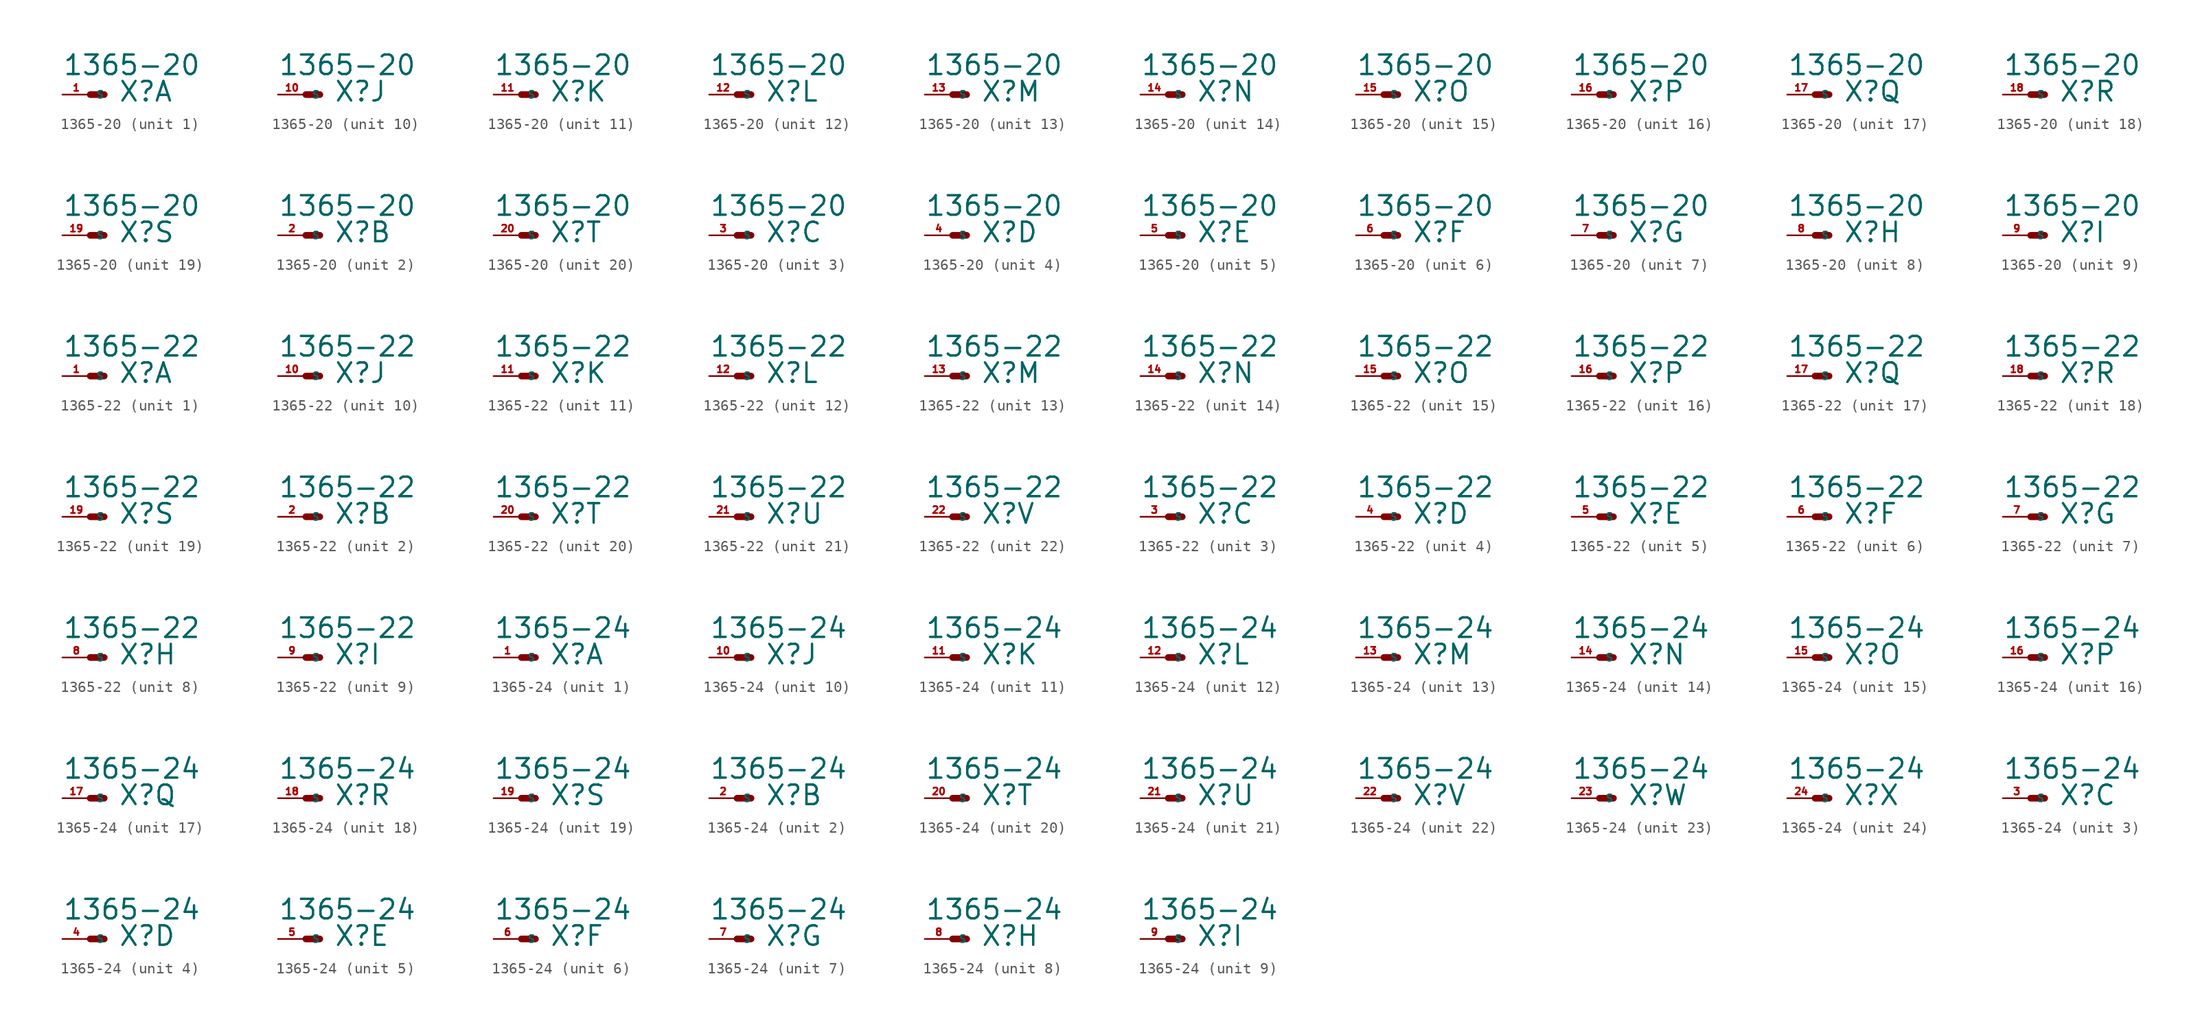
<source format=kicad_sym>
(kicad_symbol_lib
  (version 20220914)
  (generator Eagle2Kicad)
  (symbol "1365-20"
    (property "Reference" "X"
      (at 2.54 -0.762 0)
      (effects (font (size 1.778 1.778) (thickness 0.22)) (justify left bottom)))
    (property "Value" "1365-20"
      (at -2.54 1.651 0)
      (effects (font (size 1.778 1.778) (thickness 0.22)) (justify left bottom)))
    (symbol "1365-20_1_0"
      (polyline (pts (xy 0 0) (xy 1.27 0)) (stroke (width 0.61) (type default)) (fill (type none)))
      (pin passive line (at -2.54 0 0) (length 2.54) (name "S" (effects (font (size 0.635 0.635) (thickness 0.08)) (justify left bottom))) (number "1" (effects (font (size 0.635 0.635) (thickness 0.08)) (justify left bottom)))))
    (symbol "1365-20_2_0"
      (polyline (pts (xy 0 0) (xy 1.27 0)) (stroke (width 0.61) (type default)) (fill (type none)))
      (pin passive line (at -2.54 0 0) (length 2.54) (name "S" (effects (font (size 0.635 0.635) (thickness 0.08)) (justify left bottom))) (number "2" (effects (font (size 0.635 0.635) (thickness 0.08)) (justify left bottom)))))
    (symbol "1365-20_3_0"
      (polyline (pts (xy 0 0) (xy 1.27 0)) (stroke (width 0.61) (type default)) (fill (type none)))
      (pin passive line (at -2.54 0 0) (length 2.54) (name "S" (effects (font (size 0.635 0.635) (thickness 0.08)) (justify left bottom))) (number "3" (effects (font (size 0.635 0.635) (thickness 0.08)) (justify left bottom)))))
    (symbol "1365-20_4_0"
      (polyline (pts (xy 0 0) (xy 1.27 0)) (stroke (width 0.61) (type default)) (fill (type none)))
      (pin passive line (at -2.54 0 0) (length 2.54) (name "S" (effects (font (size 0.635 0.635) (thickness 0.08)) (justify left bottom))) (number "4" (effects (font (size 0.635 0.635) (thickness 0.08)) (justify left bottom)))))
    (symbol "1365-20_5_0"
      (polyline (pts (xy 0 0) (xy 1.27 0)) (stroke (width 0.61) (type default)) (fill (type none)))
      (pin passive line (at -2.54 0 0) (length 2.54) (name "S" (effects (font (size 0.635 0.635) (thickness 0.08)) (justify left bottom))) (number "5" (effects (font (size 0.635 0.635) (thickness 0.08)) (justify left bottom)))))
    (symbol "1365-20_6_0"
      (polyline (pts (xy 0 0) (xy 1.27 0)) (stroke (width 0.61) (type default)) (fill (type none)))
      (pin passive line (at -2.54 0 0) (length 2.54) (name "S" (effects (font (size 0.635 0.635) (thickness 0.08)) (justify left bottom))) (number "6" (effects (font (size 0.635 0.635) (thickness 0.08)) (justify left bottom)))))
    (symbol "1365-20_7_0"
      (polyline (pts (xy 0 0) (xy 1.27 0)) (stroke (width 0.61) (type default)) (fill (type none)))
      (pin passive line (at -2.54 0 0) (length 2.54) (name "S" (effects (font (size 0.635 0.635) (thickness 0.08)) (justify left bottom))) (number "7" (effects (font (size 0.635 0.635) (thickness 0.08)) (justify left bottom)))))
    (symbol "1365-20_8_0"
      (polyline (pts (xy 0 0) (xy 1.27 0)) (stroke (width 0.61) (type default)) (fill (type none)))
      (pin passive line (at -2.54 0 0) (length 2.54) (name "S" (effects (font (size 0.635 0.635) (thickness 0.08)) (justify left bottom))) (number "8" (effects (font (size 0.635 0.635) (thickness 0.08)) (justify left bottom)))))
    (symbol "1365-20_9_0"
      (polyline (pts (xy 0 0) (xy 1.27 0)) (stroke (width 0.61) (type default)) (fill (type none)))
      (pin passive line (at -2.54 0 0) (length 2.54) (name "S" (effects (font (size 0.635 0.635) (thickness 0.08)) (justify left bottom))) (number "9" (effects (font (size 0.635 0.635) (thickness 0.08)) (justify left bottom)))))
    (symbol "1365-20_10_0"
      (polyline (pts (xy 0 0) (xy 1.27 0)) (stroke (width 0.61) (type default)) (fill (type none)))
      (pin passive line (at -2.54 0 0) (length 2.54) (name "S" (effects (font (size 0.635 0.635) (thickness 0.08)) (justify left bottom))) (number "10" (effects (font (size 0.635 0.635) (thickness 0.08)) (justify left bottom)))))
    (symbol "1365-20_11_0"
      (polyline (pts (xy 0 0) (xy 1.27 0)) (stroke (width 0.61) (type default)) (fill (type none)))
      (pin passive line (at -2.54 0 0) (length 2.54) (name "S" (effects (font (size 0.635 0.635) (thickness 0.08)) (justify left bottom))) (number "11" (effects (font (size 0.635 0.635) (thickness 0.08)) (justify left bottom)))))
    (symbol "1365-20_12_0"
      (polyline (pts (xy 0 0) (xy 1.27 0)) (stroke (width 0.61) (type default)) (fill (type none)))
      (pin passive line (at -2.54 0 0) (length 2.54) (name "S" (effects (font (size 0.635 0.635) (thickness 0.08)) (justify left bottom))) (number "12" (effects (font (size 0.635 0.635) (thickness 0.08)) (justify left bottom)))))
    (symbol "1365-20_13_0"
      (polyline (pts (xy 0 0) (xy 1.27 0)) (stroke (width 0.61) (type default)) (fill (type none)))
      (pin passive line (at -2.54 0 0) (length 2.54) (name "S" (effects (font (size 0.635 0.635) (thickness 0.08)) (justify left bottom))) (number "13" (effects (font (size 0.635 0.635) (thickness 0.08)) (justify left bottom)))))
    (symbol "1365-20_14_0"
      (polyline (pts (xy 0 0) (xy 1.27 0)) (stroke (width 0.61) (type default)) (fill (type none)))
      (pin passive line (at -2.54 0 0) (length 2.54) (name "S" (effects (font (size 0.635 0.635) (thickness 0.08)) (justify left bottom))) (number "14" (effects (font (size 0.635 0.635) (thickness 0.08)) (justify left bottom)))))
    (symbol "1365-20_15_0"
      (polyline (pts (xy 0 0) (xy 1.27 0)) (stroke (width 0.61) (type default)) (fill (type none)))
      (pin passive line (at -2.54 0 0) (length 2.54) (name "S" (effects (font (size 0.635 0.635) (thickness 0.08)) (justify left bottom))) (number "15" (effects (font (size 0.635 0.635) (thickness 0.08)) (justify left bottom)))))
    (symbol "1365-20_16_0"
      (polyline (pts (xy 0 0) (xy 1.27 0)) (stroke (width 0.61) (type default)) (fill (type none)))
      (pin passive line (at -2.54 0 0) (length 2.54) (name "S" (effects (font (size 0.635 0.635) (thickness 0.08)) (justify left bottom))) (number "16" (effects (font (size 0.635 0.635) (thickness 0.08)) (justify left bottom)))))
    (symbol "1365-20_17_0"
      (polyline (pts (xy 0 0) (xy 1.27 0)) (stroke (width 0.61) (type default)) (fill (type none)))
      (pin passive line (at -2.54 0 0) (length 2.54) (name "S" (effects (font (size 0.635 0.635) (thickness 0.08)) (justify left bottom))) (number "17" (effects (font (size 0.635 0.635) (thickness 0.08)) (justify left bottom)))))
    (symbol "1365-20_18_0"
      (polyline (pts (xy 0 0) (xy 1.27 0)) (stroke (width 0.61) (type default)) (fill (type none)))
      (pin passive line (at -2.54 0 0) (length 2.54) (name "S" (effects (font (size 0.635 0.635) (thickness 0.08)) (justify left bottom))) (number "18" (effects (font (size 0.635 0.635) (thickness 0.08)) (justify left bottom)))))
    (symbol "1365-20_19_0"
      (polyline (pts (xy 0 0) (xy 1.27 0)) (stroke (width 0.61) (type default)) (fill (type none)))
      (pin passive line (at -2.54 0 0) (length 2.54) (name "S" (effects (font (size 0.635 0.635) (thickness 0.08)) (justify left bottom))) (number "19" (effects (font (size 0.635 0.635) (thickness 0.08)) (justify left bottom)))))
    (symbol "1365-20_20_0"
      (polyline (pts (xy 0 0) (xy 1.27 0)) (stroke (width 0.61) (type default)) (fill (type none)))
      (pin passive line (at -2.54 0 0) (length 2.54) (name "S" (effects (font (size 0.635 0.635) (thickness 0.08)) (justify left bottom))) (number "20" (effects (font (size 0.635 0.635) (thickness 0.08)) (justify left bottom))))))
  (symbol "1365-22"
    (property "Reference" "X"
      (at 2.54 -0.762 0)
      (effects (font (size 1.778 1.778) (thickness 0.22)) (justify left bottom)))
    (property "Value" "1365-22"
      (at -2.54 1.651 0)
      (effects (font (size 1.778 1.778) (thickness 0.22)) (justify left bottom)))
    (symbol "1365-22_1_0"
      (polyline (pts (xy 0 0) (xy 1.27 0)) (stroke (width 0.61) (type default)) (fill (type none)))
      (pin passive line (at -2.54 0 0) (length 2.54) (name "S" (effects (font (size 0.635 0.635) (thickness 0.08)) (justify left bottom))) (number "1" (effects (font (size 0.635 0.635) (thickness 0.08)) (justify left bottom)))))
    (symbol "1365-22_2_0"
      (polyline (pts (xy 0 0) (xy 1.27 0)) (stroke (width 0.61) (type default)) (fill (type none)))
      (pin passive line (at -2.54 0 0) (length 2.54) (name "S" (effects (font (size 0.635 0.635) (thickness 0.08)) (justify left bottom))) (number "2" (effects (font (size 0.635 0.635) (thickness 0.08)) (justify left bottom)))))
    (symbol "1365-22_3_0"
      (polyline (pts (xy 0 0) (xy 1.27 0)) (stroke (width 0.61) (type default)) (fill (type none)))
      (pin passive line (at -2.54 0 0) (length 2.54) (name "S" (effects (font (size 0.635 0.635) (thickness 0.08)) (justify left bottom))) (number "3" (effects (font (size 0.635 0.635) (thickness 0.08)) (justify left bottom)))))
    (symbol "1365-22_4_0"
      (polyline (pts (xy 0 0) (xy 1.27 0)) (stroke (width 0.61) (type default)) (fill (type none)))
      (pin passive line (at -2.54 0 0) (length 2.54) (name "S" (effects (font (size 0.635 0.635) (thickness 0.08)) (justify left bottom))) (number "4" (effects (font (size 0.635 0.635) (thickness 0.08)) (justify left bottom)))))
    (symbol "1365-22_5_0"
      (polyline (pts (xy 0 0) (xy 1.27 0)) (stroke (width 0.61) (type default)) (fill (type none)))
      (pin passive line (at -2.54 0 0) (length 2.54) (name "S" (effects (font (size 0.635 0.635) (thickness 0.08)) (justify left bottom))) (number "5" (effects (font (size 0.635 0.635) (thickness 0.08)) (justify left bottom)))))
    (symbol "1365-22_6_0"
      (polyline (pts (xy 0 0) (xy 1.27 0)) (stroke (width 0.61) (type default)) (fill (type none)))
      (pin passive line (at -2.54 0 0) (length 2.54) (name "S" (effects (font (size 0.635 0.635) (thickness 0.08)) (justify left bottom))) (number "6" (effects (font (size 0.635 0.635) (thickness 0.08)) (justify left bottom)))))
    (symbol "1365-22_7_0"
      (polyline (pts (xy 0 0) (xy 1.27 0)) (stroke (width 0.61) (type default)) (fill (type none)))
      (pin passive line (at -2.54 0 0) (length 2.54) (name "S" (effects (font (size 0.635 0.635) (thickness 0.08)) (justify left bottom))) (number "7" (effects (font (size 0.635 0.635) (thickness 0.08)) (justify left bottom)))))
    (symbol "1365-22_8_0"
      (polyline (pts (xy 0 0) (xy 1.27 0)) (stroke (width 0.61) (type default)) (fill (type none)))
      (pin passive line (at -2.54 0 0) (length 2.54) (name "S" (effects (font (size 0.635 0.635) (thickness 0.08)) (justify left bottom))) (number "8" (effects (font (size 0.635 0.635) (thickness 0.08)) (justify left bottom)))))
    (symbol "1365-22_9_0"
      (polyline (pts (xy 0 0) (xy 1.27 0)) (stroke (width 0.61) (type default)) (fill (type none)))
      (pin passive line (at -2.54 0 0) (length 2.54) (name "S" (effects (font (size 0.635 0.635) (thickness 0.08)) (justify left bottom))) (number "9" (effects (font (size 0.635 0.635) (thickness 0.08)) (justify left bottom)))))
    (symbol "1365-22_10_0"
      (polyline (pts (xy 0 0) (xy 1.27 0)) (stroke (width 0.61) (type default)) (fill (type none)))
      (pin passive line (at -2.54 0 0) (length 2.54) (name "S" (effects (font (size 0.635 0.635) (thickness 0.08)) (justify left bottom))) (number "10" (effects (font (size 0.635 0.635) (thickness 0.08)) (justify left bottom)))))
    (symbol "1365-22_11_0"
      (polyline (pts (xy 0 0) (xy 1.27 0)) (stroke (width 0.61) (type default)) (fill (type none)))
      (pin passive line (at -2.54 0 0) (length 2.54) (name "S" (effects (font (size 0.635 0.635) (thickness 0.08)) (justify left bottom))) (number "11" (effects (font (size 0.635 0.635) (thickness 0.08)) (justify left bottom)))))
    (symbol "1365-22_12_0"
      (polyline (pts (xy 0 0) (xy 1.27 0)) (stroke (width 0.61) (type default)) (fill (type none)))
      (pin passive line (at -2.54 0 0) (length 2.54) (name "S" (effects (font (size 0.635 0.635) (thickness 0.08)) (justify left bottom))) (number "12" (effects (font (size 0.635 0.635) (thickness 0.08)) (justify left bottom)))))
    (symbol "1365-22_13_0"
      (polyline (pts (xy 0 0) (xy 1.27 0)) (stroke (width 0.61) (type default)) (fill (type none)))
      (pin passive line (at -2.54 0 0) (length 2.54) (name "S" (effects (font (size 0.635 0.635) (thickness 0.08)) (justify left bottom))) (number "13" (effects (font (size 0.635 0.635) (thickness 0.08)) (justify left bottom)))))
    (symbol "1365-22_14_0"
      (polyline (pts (xy 0 0) (xy 1.27 0)) (stroke (width 0.61) (type default)) (fill (type none)))
      (pin passive line (at -2.54 0 0) (length 2.54) (name "S" (effects (font (size 0.635 0.635) (thickness 0.08)) (justify left bottom))) (number "14" (effects (font (size 0.635 0.635) (thickness 0.08)) (justify left bottom)))))
    (symbol "1365-22_15_0"
      (polyline (pts (xy 0 0) (xy 1.27 0)) (stroke (width 0.61) (type default)) (fill (type none)))
      (pin passive line (at -2.54 0 0) (length 2.54) (name "S" (effects (font (size 0.635 0.635) (thickness 0.08)) (justify left bottom))) (number "15" (effects (font (size 0.635 0.635) (thickness 0.08)) (justify left bottom)))))
    (symbol "1365-22_16_0"
      (polyline (pts (xy 0 0) (xy 1.27 0)) (stroke (width 0.61) (type default)) (fill (type none)))
      (pin passive line (at -2.54 0 0) (length 2.54) (name "S" (effects (font (size 0.635 0.635) (thickness 0.08)) (justify left bottom))) (number "16" (effects (font (size 0.635 0.635) (thickness 0.08)) (justify left bottom)))))
    (symbol "1365-22_17_0"
      (polyline (pts (xy 0 0) (xy 1.27 0)) (stroke (width 0.61) (type default)) (fill (type none)))
      (pin passive line (at -2.54 0 0) (length 2.54) (name "S" (effects (font (size 0.635 0.635) (thickness 0.08)) (justify left bottom))) (number "17" (effects (font (size 0.635 0.635) (thickness 0.08)) (justify left bottom)))))
    (symbol "1365-22_18_0"
      (polyline (pts (xy 0 0) (xy 1.27 0)) (stroke (width 0.61) (type default)) (fill (type none)))
      (pin passive line (at -2.54 0 0) (length 2.54) (name "S" (effects (font (size 0.635 0.635) (thickness 0.08)) (justify left bottom))) (number "18" (effects (font (size 0.635 0.635) (thickness 0.08)) (justify left bottom)))))
    (symbol "1365-22_19_0"
      (polyline (pts (xy 0 0) (xy 1.27 0)) (stroke (width 0.61) (type default)) (fill (type none)))
      (pin passive line (at -2.54 0 0) (length 2.54) (name "S" (effects (font (size 0.635 0.635) (thickness 0.08)) (justify left bottom))) (number "19" (effects (font (size 0.635 0.635) (thickness 0.08)) (justify left bottom)))))
    (symbol "1365-22_20_0"
      (polyline (pts (xy 0 0) (xy 1.27 0)) (stroke (width 0.61) (type default)) (fill (type none)))
      (pin passive line (at -2.54 0 0) (length 2.54) (name "S" (effects (font (size 0.635 0.635) (thickness 0.08)) (justify left bottom))) (number "20" (effects (font (size 0.635 0.635) (thickness 0.08)) (justify left bottom)))))
    (symbol "1365-22_21_0"
      (polyline (pts (xy 0 0) (xy 1.27 0)) (stroke (width 0.61) (type default)) (fill (type none)))
      (pin passive line (at -2.54 0 0) (length 2.54) (name "S" (effects (font (size 0.635 0.635) (thickness 0.08)) (justify left bottom))) (number "21" (effects (font (size 0.635 0.635) (thickness 0.08)) (justify left bottom)))))
    (symbol "1365-22_22_0"
      (polyline (pts (xy 0 0) (xy 1.27 0)) (stroke (width 0.61) (type default)) (fill (type none)))
      (pin passive line (at -2.54 0 0) (length 2.54) (name "S" (effects (font (size 0.635 0.635) (thickness 0.08)) (justify left bottom))) (number "22" (effects (font (size 0.635 0.635) (thickness 0.08)) (justify left bottom))))))
  (symbol "1365-24"
    (property "Reference" "X"
      (at 2.54 -0.762 0)
      (effects (font (size 1.778 1.778) (thickness 0.22)) (justify left bottom)))
    (property "Value" "1365-24"
      (at -2.54 1.651 0)
      (effects (font (size 1.778 1.778) (thickness 0.22)) (justify left bottom)))
    (symbol "1365-24_1_0"
      (polyline (pts (xy 0 0) (xy 1.27 0)) (stroke (width 0.61) (type default)) (fill (type none)))
      (pin passive line (at -2.54 0 0) (length 2.54) (name "S" (effects (font (size 0.635 0.635) (thickness 0.08)) (justify left bottom))) (number "1" (effects (font (size 0.635 0.635) (thickness 0.08)) (justify left bottom)))))
    (symbol "1365-24_2_0"
      (polyline (pts (xy 0 0) (xy 1.27 0)) (stroke (width 0.61) (type default)) (fill (type none)))
      (pin passive line (at -2.54 0 0) (length 2.54) (name "S" (effects (font (size 0.635 0.635) (thickness 0.08)) (justify left bottom))) (number "2" (effects (font (size 0.635 0.635) (thickness 0.08)) (justify left bottom)))))
    (symbol "1365-24_3_0"
      (polyline (pts (xy 0 0) (xy 1.27 0)) (stroke (width 0.61) (type default)) (fill (type none)))
      (pin passive line (at -2.54 0 0) (length 2.54) (name "S" (effects (font (size 0.635 0.635) (thickness 0.08)) (justify left bottom))) (number "3" (effects (font (size 0.635 0.635) (thickness 0.08)) (justify left bottom)))))
    (symbol "1365-24_4_0"
      (polyline (pts (xy 0 0) (xy 1.27 0)) (stroke (width 0.61) (type default)) (fill (type none)))
      (pin passive line (at -2.54 0 0) (length 2.54) (name "S" (effects (font (size 0.635 0.635) (thickness 0.08)) (justify left bottom))) (number "4" (effects (font (size 0.635 0.635) (thickness 0.08)) (justify left bottom)))))
    (symbol "1365-24_5_0"
      (polyline (pts (xy 0 0) (xy 1.27 0)) (stroke (width 0.61) (type default)) (fill (type none)))
      (pin passive line (at -2.54 0 0) (length 2.54) (name "S" (effects (font (size 0.635 0.635) (thickness 0.08)) (justify left bottom))) (number "5" (effects (font (size 0.635 0.635) (thickness 0.08)) (justify left bottom)))))
    (symbol "1365-24_6_0"
      (polyline (pts (xy 0 0) (xy 1.27 0)) (stroke (width 0.61) (type default)) (fill (type none)))
      (pin passive line (at -2.54 0 0) (length 2.54) (name "S" (effects (font (size 0.635 0.635) (thickness 0.08)) (justify left bottom))) (number "6" (effects (font (size 0.635 0.635) (thickness 0.08)) (justify left bottom)))))
    (symbol "1365-24_7_0"
      (polyline (pts (xy 0 0) (xy 1.27 0)) (stroke (width 0.61) (type default)) (fill (type none)))
      (pin passive line (at -2.54 0 0) (length 2.54) (name "S" (effects (font (size 0.635 0.635) (thickness 0.08)) (justify left bottom))) (number "7" (effects (font (size 0.635 0.635) (thickness 0.08)) (justify left bottom)))))
    (symbol "1365-24_8_0"
      (polyline (pts (xy 0 0) (xy 1.27 0)) (stroke (width 0.61) (type default)) (fill (type none)))
      (pin passive line (at -2.54 0 0) (length 2.54) (name "S" (effects (font (size 0.635 0.635) (thickness 0.08)) (justify left bottom))) (number "8" (effects (font (size 0.635 0.635) (thickness 0.08)) (justify left bottom)))))
    (symbol "1365-24_9_0"
      (polyline (pts (xy 0 0) (xy 1.27 0)) (stroke (width 0.61) (type default)) (fill (type none)))
      (pin passive line (at -2.54 0 0) (length 2.54) (name "S" (effects (font (size 0.635 0.635) (thickness 0.08)) (justify left bottom))) (number "9" (effects (font (size 0.635 0.635) (thickness 0.08)) (justify left bottom)))))
    (symbol "1365-24_10_0"
      (polyline (pts (xy 0 0) (xy 1.27 0)) (stroke (width 0.61) (type default)) (fill (type none)))
      (pin passive line (at -2.54 0 0) (length 2.54) (name "S" (effects (font (size 0.635 0.635) (thickness 0.08)) (justify left bottom))) (number "10" (effects (font (size 0.635 0.635) (thickness 0.08)) (justify left bottom)))))
    (symbol "1365-24_11_0"
      (polyline (pts (xy 0 0) (xy 1.27 0)) (stroke (width 0.61) (type default)) (fill (type none)))
      (pin passive line (at -2.54 0 0) (length 2.54) (name "S" (effects (font (size 0.635 0.635) (thickness 0.08)) (justify left bottom))) (number "11" (effects (font (size 0.635 0.635) (thickness 0.08)) (justify left bottom)))))
    (symbol "1365-24_12_0"
      (polyline (pts (xy 0 0) (xy 1.27 0)) (stroke (width 0.61) (type default)) (fill (type none)))
      (pin passive line (at -2.54 0 0) (length 2.54) (name "S" (effects (font (size 0.635 0.635) (thickness 0.08)) (justify left bottom))) (number "12" (effects (font (size 0.635 0.635) (thickness 0.08)) (justify left bottom)))))
    (symbol "1365-24_13_0"
      (polyline (pts (xy 0 0) (xy 1.27 0)) (stroke (width 0.61) (type default)) (fill (type none)))
      (pin passive line (at -2.54 0 0) (length 2.54) (name "S" (effects (font (size 0.635 0.635) (thickness 0.08)) (justify left bottom))) (number "13" (effects (font (size 0.635 0.635) (thickness 0.08)) (justify left bottom)))))
    (symbol "1365-24_14_0"
      (polyline (pts (xy 0 0) (xy 1.27 0)) (stroke (width 0.61) (type default)) (fill (type none)))
      (pin passive line (at -2.54 0 0) (length 2.54) (name "S" (effects (font (size 0.635 0.635) (thickness 0.08)) (justify left bottom))) (number "14" (effects (font (size 0.635 0.635) (thickness 0.08)) (justify left bottom)))))
    (symbol "1365-24_15_0"
      (polyline (pts (xy 0 0) (xy 1.27 0)) (stroke (width 0.61) (type default)) (fill (type none)))
      (pin passive line (at -2.54 0 0) (length 2.54) (name "S" (effects (font (size 0.635 0.635) (thickness 0.08)) (justify left bottom))) (number "15" (effects (font (size 0.635 0.635) (thickness 0.08)) (justify left bottom)))))
    (symbol "1365-24_16_0"
      (polyline (pts (xy 0 0) (xy 1.27 0)) (stroke (width 0.61) (type default)) (fill (type none)))
      (pin passive line (at -2.54 0 0) (length 2.54) (name "S" (effects (font (size 0.635 0.635) (thickness 0.08)) (justify left bottom))) (number "16" (effects (font (size 0.635 0.635) (thickness 0.08)) (justify left bottom)))))
    (symbol "1365-24_17_0"
      (polyline (pts (xy 0 0) (xy 1.27 0)) (stroke (width 0.61) (type default)) (fill (type none)))
      (pin passive line (at -2.54 0 0) (length 2.54) (name "S" (effects (font (size 0.635 0.635) (thickness 0.08)) (justify left bottom))) (number "17" (effects (font (size 0.635 0.635) (thickness 0.08)) (justify left bottom)))))
    (symbol "1365-24_18_0"
      (polyline (pts (xy 0 0) (xy 1.27 0)) (stroke (width 0.61) (type default)) (fill (type none)))
      (pin passive line (at -2.54 0 0) (length 2.54) (name "S" (effects (font (size 0.635 0.635) (thickness 0.08)) (justify left bottom))) (number "18" (effects (font (size 0.635 0.635) (thickness 0.08)) (justify left bottom)))))
    (symbol "1365-24_19_0"
      (polyline (pts (xy 0 0) (xy 1.27 0)) (stroke (width 0.61) (type default)) (fill (type none)))
      (pin passive line (at -2.54 0 0) (length 2.54) (name "S" (effects (font (size 0.635 0.635) (thickness 0.08)) (justify left bottom))) (number "19" (effects (font (size 0.635 0.635) (thickness 0.08)) (justify left bottom)))))
    (symbol "1365-24_20_0"
      (polyline (pts (xy 0 0) (xy 1.27 0)) (stroke (width 0.61) (type default)) (fill (type none)))
      (pin passive line (at -2.54 0 0) (length 2.54) (name "S" (effects (font (size 0.635 0.635) (thickness 0.08)) (justify left bottom))) (number "20" (effects (font (size 0.635 0.635) (thickness 0.08)) (justify left bottom)))))
    (symbol "1365-24_21_0"
      (polyline (pts (xy 0 0) (xy 1.27 0)) (stroke (width 0.61) (type default)) (fill (type none)))
      (pin passive line (at -2.54 0 0) (length 2.54) (name "S" (effects (font (size 0.635 0.635) (thickness 0.08)) (justify left bottom))) (number "21" (effects (font (size 0.635 0.635) (thickness 0.08)) (justify left bottom)))))
    (symbol "1365-24_22_0"
      (polyline (pts (xy 0 0) (xy 1.27 0)) (stroke (width 0.61) (type default)) (fill (type none)))
      (pin passive line (at -2.54 0 0) (length 2.54) (name "S" (effects (font (size 0.635 0.635) (thickness 0.08)) (justify left bottom))) (number "22" (effects (font (size 0.635 0.635) (thickness 0.08)) (justify left bottom)))))
    (symbol "1365-24_23_0"
      (polyline (pts (xy 0 0) (xy 1.27 0)) (stroke (width 0.61) (type default)) (fill (type none)))
      (pin passive line (at -2.54 0 0) (length 2.54) (name "S" (effects (font (size 0.635 0.635) (thickness 0.08)) (justify left bottom))) (number "23" (effects (font (size 0.635 0.635) (thickness 0.08)) (justify left bottom)))))
    (symbol "1365-24_24_0"
      (polyline (pts (xy 0 0) (xy 1.27 0)) (stroke (width 0.61) (type default)) (fill (type none)))
      (pin passive line (at -2.54 0 0) (length 2.54) (name "S" (effects (font (size 0.635 0.635) (thickness 0.08)) (justify left bottom))) (number "24" (effects (font (size 0.635 0.635) (thickness 0.08)) (justify left bottom)))))))
</source>
